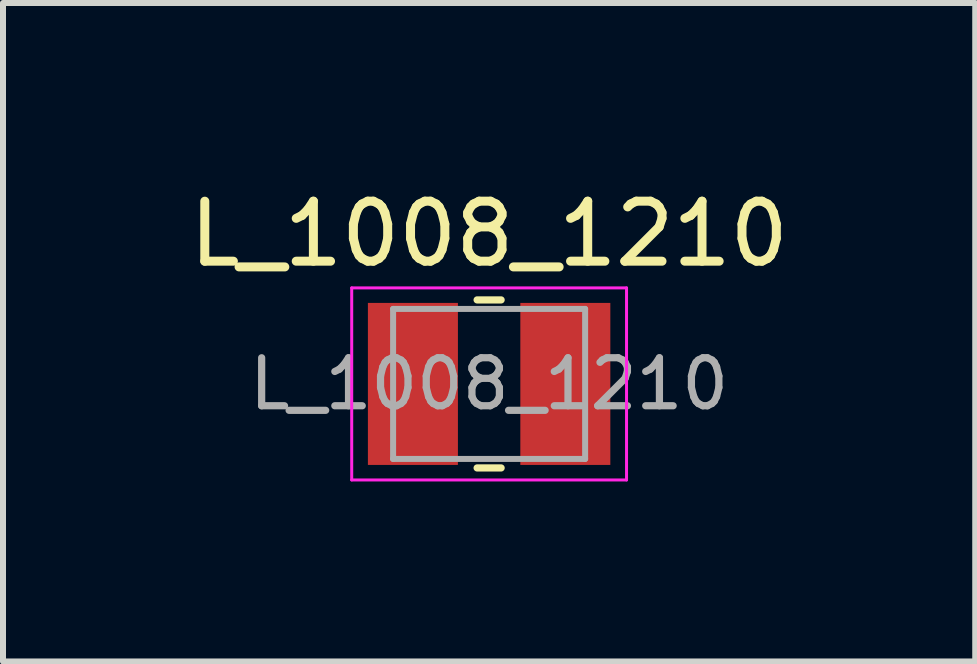
<source format=kicad_pcb>
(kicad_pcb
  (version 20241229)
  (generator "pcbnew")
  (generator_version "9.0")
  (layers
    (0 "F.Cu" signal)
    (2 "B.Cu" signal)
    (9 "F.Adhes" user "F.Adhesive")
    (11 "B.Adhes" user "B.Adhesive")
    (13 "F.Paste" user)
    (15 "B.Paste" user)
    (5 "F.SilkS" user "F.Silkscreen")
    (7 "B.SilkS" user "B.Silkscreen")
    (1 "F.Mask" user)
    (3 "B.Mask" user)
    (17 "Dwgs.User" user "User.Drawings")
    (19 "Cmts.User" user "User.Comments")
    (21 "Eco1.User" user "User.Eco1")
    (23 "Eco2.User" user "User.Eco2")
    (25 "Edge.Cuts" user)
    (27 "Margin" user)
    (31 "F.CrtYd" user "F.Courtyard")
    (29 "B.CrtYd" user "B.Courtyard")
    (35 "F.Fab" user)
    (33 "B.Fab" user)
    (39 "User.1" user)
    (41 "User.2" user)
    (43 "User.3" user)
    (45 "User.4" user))
  (footprint "L_1008_1210"
    (layer "F.Cu")
    (at 5.101 3.348)
    (property "Reference" "L_1008_1210" (at 0 -2.5 0) (layer "F.SilkS") (effects (font (size 1 1) (thickness 0.15))))
    (attr smd)
    (fp_line (start -0.2 -1.4) (end 0.2 -1.4) (stroke (width 0.12) (type solid)) (layer "F.SilkS"))
    (fp_line (start -0.2 1.4) (end 0.2 1.4) (stroke (width 0.12) (type solid)) (layer "F.SilkS"))
    (fp_line (start -2.29 -1.6) (end 2.29 -1.6) (stroke (width 0.05) (type solid)) (layer "F.CrtYd"))
    (fp_line (start -2.29 1.6) (end -2.29 -1.6) (stroke (width 0.05) (type solid)) (layer "F.CrtYd"))
    (fp_line (start 2.29 -1.6) (end 2.29 1.6) (stroke (width 0.05) (type solid)) (layer "F.CrtYd"))
    (fp_line (start 2.29 1.6) (end -2.29 1.6) (stroke (width 0.05) (type solid)) (layer "F.CrtYd"))
    (fp_line (start -1.6 -1.25) (end 1.6 -1.25) (stroke (width 0.1) (type solid)) (layer "F.Fab"))
    (fp_line (start -1.6 1.25) (end -1.6 -1.25) (stroke (width 0.1) (type solid)) (layer "F.Fab"))
    (fp_line (start 1.6 -1.25) (end 1.6 1.25) (stroke (width 0.1) (type solid)) (layer "F.Fab"))
    (fp_line (start 1.6 1.25) (end -1.6 1.25) (stroke (width 0.1) (type solid)) (layer "F.Fab"))
    (fp_text user "${REFERENCE}" (at 0 0 0) (layer "F.Fab") (effects (font (size 0.8 0.8) (thickness 0.12))))
    (pad "1" smd rect (at -1.27 0) (size 1.5 2.7) (layers "F.Cu" "F.Mask" "F.Paste"))
    (pad "2" smd rect (at 1.27 0) (size 1.5 2.7) (layers "F.Cu" "F.Mask" "F.Paste")))
  (gr_rect
    (start -3 -3)
    (end 13.202 7.973)
    (stroke (width 0.1) (type default))
    (fill no)
    (layer "Edge.Cuts")))
</source>
